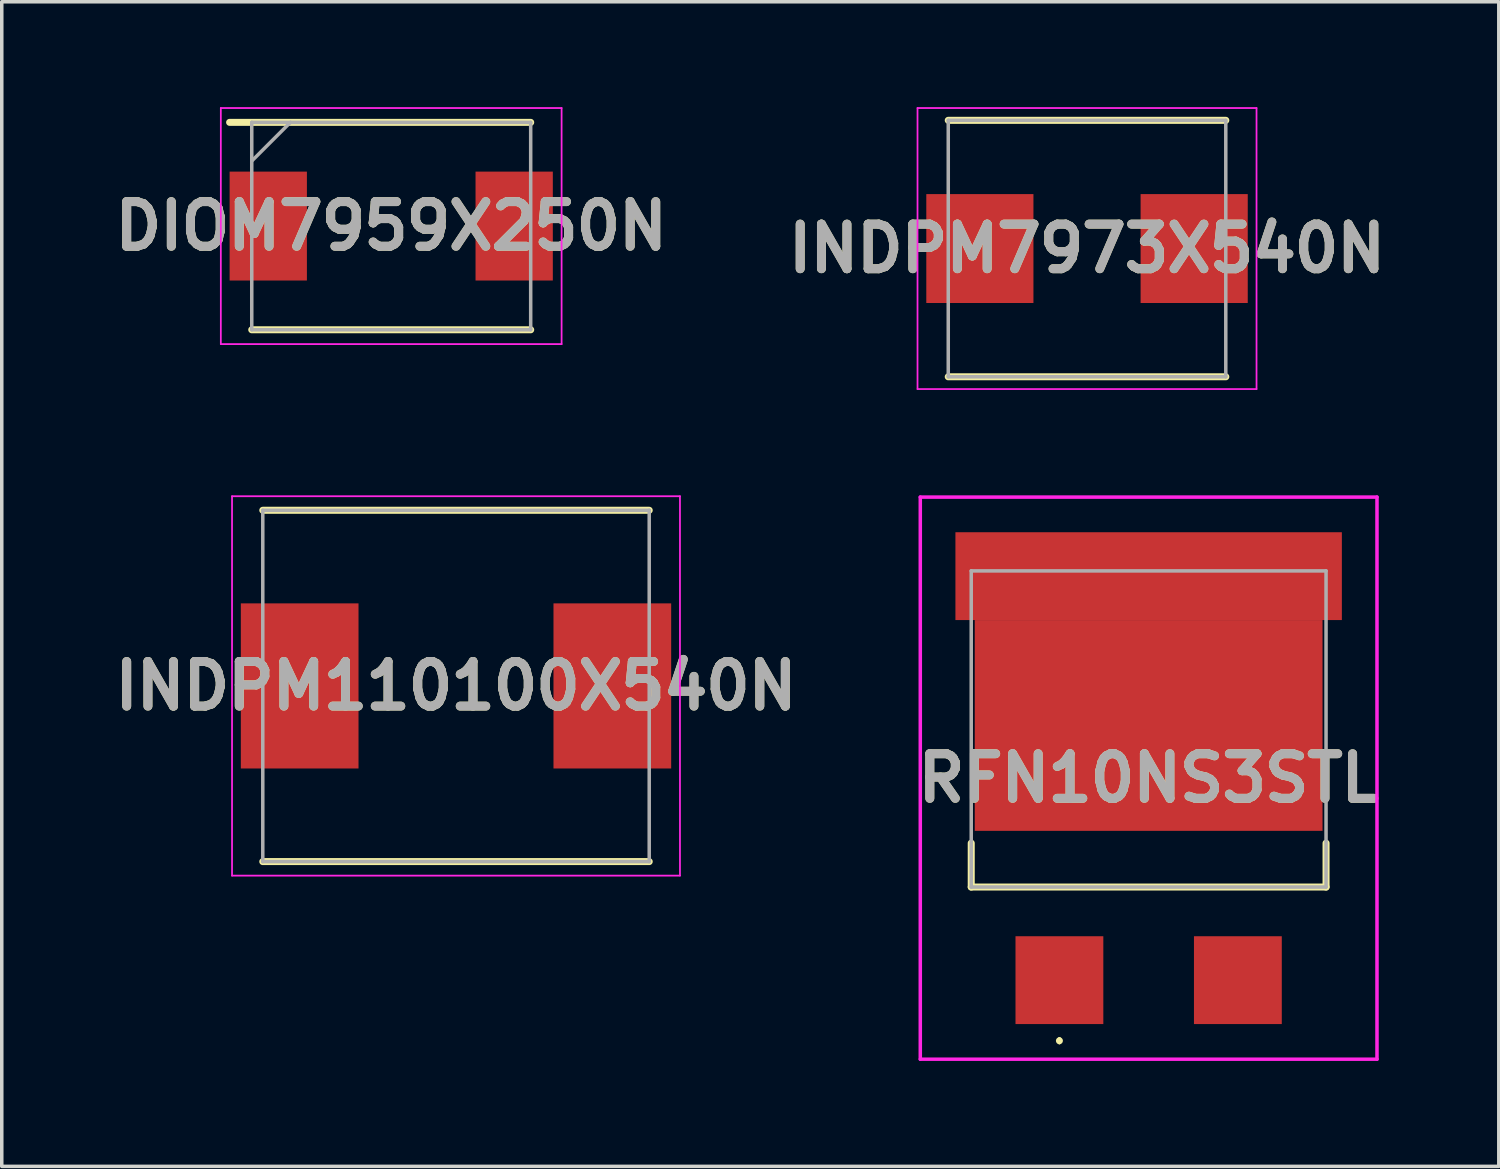
<source format=kicad_pcb>
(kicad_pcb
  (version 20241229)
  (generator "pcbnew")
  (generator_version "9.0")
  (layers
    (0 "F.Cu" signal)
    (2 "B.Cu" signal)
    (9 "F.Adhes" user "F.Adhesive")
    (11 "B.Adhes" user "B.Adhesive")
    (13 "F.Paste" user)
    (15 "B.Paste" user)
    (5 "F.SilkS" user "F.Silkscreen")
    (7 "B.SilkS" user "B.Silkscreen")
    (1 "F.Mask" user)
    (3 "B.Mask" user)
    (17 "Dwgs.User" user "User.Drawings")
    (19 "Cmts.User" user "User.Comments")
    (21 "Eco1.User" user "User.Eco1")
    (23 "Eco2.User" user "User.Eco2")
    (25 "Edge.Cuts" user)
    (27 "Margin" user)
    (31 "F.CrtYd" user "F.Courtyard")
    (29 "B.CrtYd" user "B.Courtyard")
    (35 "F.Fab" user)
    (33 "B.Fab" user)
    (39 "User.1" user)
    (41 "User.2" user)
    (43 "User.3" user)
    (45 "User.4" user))
  (footprint "DIOM7959X250N"
    (layer "F.Cu")
    (at 8.086 3.385)
    (property "Reference" "DIOM7959X250N" (at 0 0 0) (layer "F.SilkS") (effects (font (size 1.27 1.27) (thickness 0.254))))
    (attr smd)
    (fp_line (start -3.97 2.952) (end 3.97 2.952) (stroke (width 0.2) (type solid)) (layer "F.SilkS"))
    (fp_line (start 3.97 -2.952) (end -4.6 -2.952) (stroke (width 0.2) (type solid)) (layer "F.SilkS"))
    (fp_line (start -4.85 -3.36) (end 4.85 -3.36) (stroke (width 0.05) (type solid)) (layer "F.CrtYd"))
    (fp_line (start -4.85 3.36) (end -4.85 -3.36) (stroke (width 0.05) (type solid)) (layer "F.CrtYd"))
    (fp_line (start 4.85 -3.36) (end 4.85 3.36) (stroke (width 0.05) (type solid)) (layer "F.CrtYd"))
    (fp_line (start 4.85 3.36) (end -4.85 3.36) (stroke (width 0.05) (type solid)) (layer "F.CrtYd"))
    (fp_line (start -3.97 -2.952) (end 3.97 -2.952) (stroke (width 0.1) (type solid)) (layer "F.Fab"))
    (fp_line (start -3.97 -1.852) (end -2.87 -2.952) (stroke (width 0.1) (type solid)) (layer "F.Fab"))
    (fp_line (start -3.97 2.952) (end -3.97 -2.952) (stroke (width 0.1) (type solid)) (layer "F.Fab"))
    (fp_line (start 3.97 -2.952) (end 3.97 2.952) (stroke (width 0.1) (type solid)) (layer "F.Fab"))
    (fp_line (start 3.97 2.952) (end -3.97 2.952) (stroke (width 0.1) (type solid)) (layer "F.Fab"))
    (fp_text user "${REFERENCE}" (at 0 0 0) (layer "F.Fab") (effects (font (size 1.27 1.27) (thickness 0.254))))
    (pad "1" smd rect (at -3.5 0) (size 2.2 3.1) (layers "F.Cu" "F.Mask" "F.Paste"))
    (pad "2" smd rect (at 3.5 0) (size 2.2 3.1) (layers "F.Cu" "F.Mask" "F.Paste")))
  (footprint "INDPM7973X540N"
    (layer "F.Cu")
    (at 27.892 4.025)
    (property "Reference" "INDPM7973X540N" (at 0 0 0) (layer "F.SilkS") (effects (font (size 1.27 1.27) (thickness 0.254))))
    (attr smd)
    (fp_line (start -3.95 3.65) (end 3.95 3.65) (stroke (width 0.2) (type solid)) (layer "F.SilkS"))
    (fp_line (start 3.95 -3.65) (end -3.95 -3.65) (stroke (width 0.2) (type solid)) (layer "F.SilkS"))
    (fp_line (start -4.825 -4) (end 4.825 -4) (stroke (width 0.05) (type solid)) (layer "F.CrtYd"))
    (fp_line (start -4.825 4) (end -4.825 -4) (stroke (width 0.05) (type solid)) (layer "F.CrtYd"))
    (fp_line (start 4.825 -4) (end 4.825 4) (stroke (width 0.05) (type solid)) (layer "F.CrtYd"))
    (fp_line (start 4.825 4) (end -4.825 4) (stroke (width 0.05) (type solid)) (layer "F.CrtYd"))
    (fp_line (start -3.95 -3.65) (end 3.95 -3.65) (stroke (width 0.1) (type solid)) (layer "F.Fab"))
    (fp_line (start -3.95 3.65) (end -3.95 -3.65) (stroke (width 0.1) (type solid)) (layer "F.Fab"))
    (fp_line (start 3.95 -3.65) (end 3.95 3.65) (stroke (width 0.1) (type solid)) (layer "F.Fab"))
    (fp_line (start 3.95 3.65) (end -3.95 3.65) (stroke (width 0.1) (type solid)) (layer "F.Fab"))
    (fp_text user "${REFERENCE}" (at 0 0 0) (layer "F.Fab") (effects (font (size 1.27 1.27) (thickness 0.254))))
    (pad "1" smd rect (at -3.05 0) (size 3.05 3.1) (layers "F.Cu" "F.Mask" "F.Paste"))
    (pad "2" smd rect (at 3.05 0) (size 3.05 3.1) (layers "F.Cu" "F.Mask" "F.Paste")))
  (footprint "RFN10NS3STL"
    (layer "F.Cu")
    (at 29.646 19.025)
    (property "Reference" "RFN10NS3STL" (at 0 0.075 0) (layer "F.SilkS") (effects (font (size 1.27 1.27) (thickness 0.254))))
    (attr smd)
    (fp_line (start -5.05 1.925) (end -5.05 3.175) (stroke (width 0.2) (type solid)) (layer "F.SilkS"))
    (fp_line (start -5.05 3.175) (end 5.05 3.175) (stroke (width 0.2) (type solid)) (layer "F.SilkS"))
    (fp_line (start -2.54 7.5) (end -2.54 7.5) (stroke (width 0.1) (type solid)) (layer "F.SilkS"))
    (fp_line (start -2.54 7.6) (end -2.54 7.6) (stroke (width 0.1) (type solid)) (layer "F.SilkS"))
    (fp_line (start 5.05 3.175) (end 5.05 1.925) (stroke (width 0.2) (type solid)) (layer "F.SilkS"))
    (fp_arc (start -2.54 7.5) (mid -2.49 7.55) (end -2.54 7.6) (stroke (width 0.1) (type solid)) (layer "F.SilkS"))
    (fp_arc (start -2.54 7.6) (mid -2.59 7.55) (end -2.54 7.5) (stroke (width 0.1) (type solid)) (layer "F.SilkS"))
    (fp_line (start -6.5 -7.925) (end 6.5 -7.925) (stroke (width 0.1) (type solid)) (layer "F.CrtYd"))
    (fp_line (start -6.5 8.075) (end -6.5 -7.925) (stroke (width 0.1) (type solid)) (layer "F.CrtYd"))
    (fp_line (start 6.5 -7.925) (end 6.5 8.075) (stroke (width 0.1) (type solid)) (layer "F.CrtYd"))
    (fp_line (start 6.5 8.075) (end -6.5 8.075) (stroke (width 0.1) (type solid)) (layer "F.CrtYd"))
    (fp_line (start -5.05 -5.825) (end -5.05 3.175) (stroke (width 0.1) (type solid)) (layer "F.Fab"))
    (fp_line (start -5.05 3.175) (end 5.05 3.175) (stroke (width 0.1) (type solid)) (layer "F.Fab"))
    (fp_line (start 5.05 -5.825) (end -5.05 -5.825) (stroke (width 0.1) (type solid)) (layer "F.Fab"))
    (fp_line (start 5.05 3.175) (end 5.05 -5.825) (stroke (width 0.1) (type solid)) (layer "F.Fab"))
    (fp_text user "${REFERENCE}" (at 0 0.075 0) (layer "F.Fab") (effects (font (size 1.27 1.27) (thickness 0.254))))
    (pad "1" smd rect (at -2.54 5.825 90) (size 2.5 2.5) (layers "F.Cu" "F.Mask" "F.Paste"))
    (pad "2" smd rect (at 0 -5.675 90) (size 2.5 11) (layers "F.Cu" "F.Mask" "F.Paste"))
    (pad "3" smd rect (at 2.54 5.825 90) (size 2.5 2.5) (layers "F.Cu" "F.Mask" "F.Paste"))
    (pad "4" smd rect (at 0 -1.425 90) (size 6 9.9) (layers "F.Cu" "F.Mask" "F.Paste")))
  (footprint "INDPM110100X540N"
    (layer "F.Cu")
    (at 9.93 16.475)
    (property "Reference" "INDPM110100X540N" (at 0 0 0) (layer "F.SilkS") (effects (font (size 1.27 1.27) (thickness 0.254))))
    (attr smd)
    (fp_line (start -5.5 5) (end 5.5 5) (stroke (width 0.2) (type solid)) (layer "F.SilkS"))
    (fp_line (start 5.5 -5) (end -5.5 -5) (stroke (width 0.2) (type solid)) (layer "F.SilkS"))
    (fp_line (start -6.375 -5.4) (end 6.375 -5.4) (stroke (width 0.05) (type solid)) (layer "F.CrtYd"))
    (fp_line (start -6.375 5.4) (end -6.375 -5.4) (stroke (width 0.05) (type solid)) (layer "F.CrtYd"))
    (fp_line (start 6.375 -5.4) (end 6.375 5.4) (stroke (width 0.05) (type solid)) (layer "F.CrtYd"))
    (fp_line (start 6.375 5.4) (end -6.375 5.4) (stroke (width 0.05) (type solid)) (layer "F.CrtYd"))
    (fp_line (start -5.5 -5) (end 5.5 -5) (stroke (width 0.1) (type solid)) (layer "F.Fab"))
    (fp_line (start -5.5 5) (end -5.5 -5) (stroke (width 0.1) (type solid)) (layer "F.Fab"))
    (fp_line (start 5.5 -5) (end 5.5 5) (stroke (width 0.1) (type solid)) (layer "F.Fab"))
    (fp_line (start 5.5 5) (end -5.5 5) (stroke (width 0.1) (type solid)) (layer "F.Fab"))
    (fp_text user "${REFERENCE}" (at 0 0 0) (layer "F.Fab") (effects (font (size 1.27 1.27) (thickness 0.254))))
    (pad "1" smd rect (at -4.45 0) (size 3.35 4.7) (layers "F.Cu" "F.Mask" "F.Paste"))
    (pad "2" smd rect (at 4.45 0) (size 3.35 4.7) (layers "F.Cu" "F.Mask" "F.Paste")))
  (gr_rect
    (start -3 -3)
    (end 39.613 30.15)
    (stroke (width 0.1) (type default))
    (fill no)
    (layer "Edge.Cuts")))
</source>
